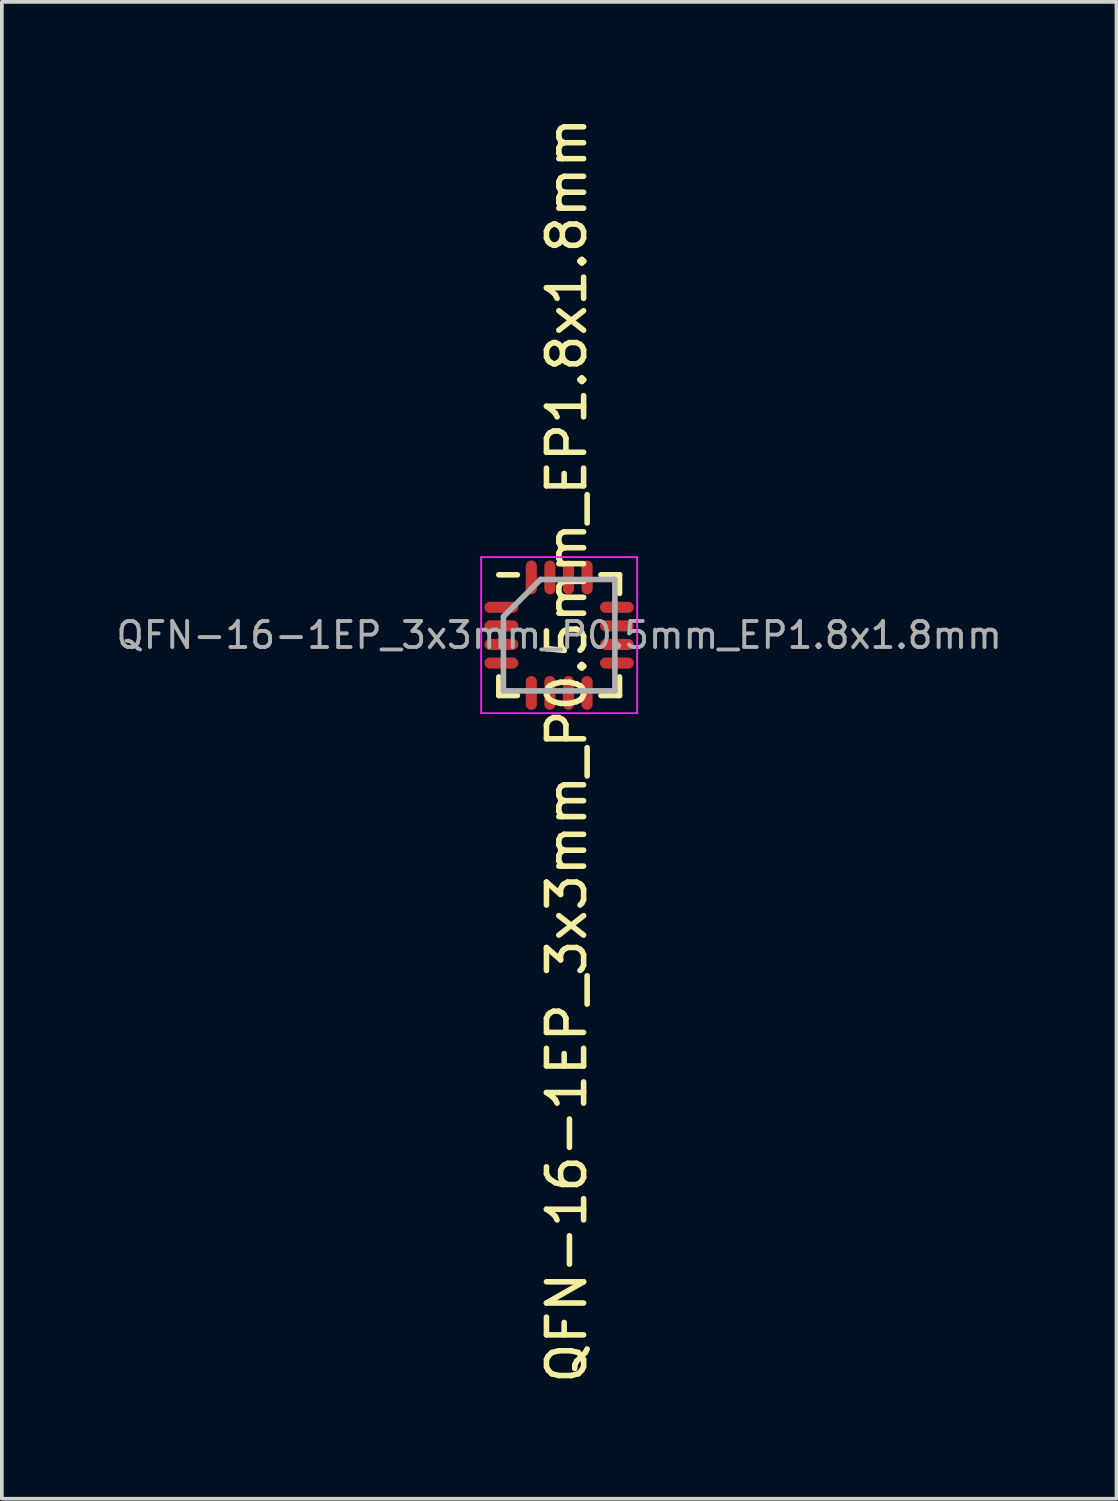
<source format=kicad_pcb>
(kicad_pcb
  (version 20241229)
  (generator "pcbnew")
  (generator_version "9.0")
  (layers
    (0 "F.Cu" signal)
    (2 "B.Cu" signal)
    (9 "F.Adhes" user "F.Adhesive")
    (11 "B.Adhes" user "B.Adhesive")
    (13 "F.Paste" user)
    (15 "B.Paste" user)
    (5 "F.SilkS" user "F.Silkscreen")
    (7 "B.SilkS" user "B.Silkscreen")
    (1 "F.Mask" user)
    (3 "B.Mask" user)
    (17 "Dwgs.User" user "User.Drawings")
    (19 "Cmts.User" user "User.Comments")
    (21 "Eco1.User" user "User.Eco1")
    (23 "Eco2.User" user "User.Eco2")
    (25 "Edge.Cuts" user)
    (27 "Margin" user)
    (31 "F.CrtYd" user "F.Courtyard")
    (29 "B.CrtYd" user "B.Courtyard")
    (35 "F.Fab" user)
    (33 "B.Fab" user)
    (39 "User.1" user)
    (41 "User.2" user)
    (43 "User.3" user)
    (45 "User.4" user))
  (footprint "QFN-16-1EP_3x3mm_P0.5mm_EP1.8x1.8mm"
    (layer "F.Cu")
    (at 12.004 14.05)
    (property "Reference" "QFN-16-1EP_3x3mm_P0.5mm_EP1.8x1.8mm" (at 0.203 3.099 270) (layer "F.SilkS") (effects (font (size 1 1) (thickness 0.15))))
    (attr smd)
    (fp_line (start -1.625 -1.625) (end -1.125 -1.625) (stroke (width 0.15) (type solid)) (layer "F.SilkS"))
    (fp_line (start -1.625 1.625) (end -1.625 1.125) (stroke (width 0.15) (type solid)) (layer "F.SilkS"))
    (fp_line (start -1.625 1.625) (end -1.125 1.625) (stroke (width 0.15) (type solid)) (layer "F.SilkS"))
    (fp_line (start 1.625 -1.625) (end 1.125 -1.625) (stroke (width 0.15) (type solid)) (layer "F.SilkS"))
    (fp_line (start 1.625 -1.625) (end 1.625 -1.125) (stroke (width 0.15) (type solid)) (layer "F.SilkS"))
    (fp_line (start 1.625 1.625) (end 1.125 1.625) (stroke (width 0.15) (type solid)) (layer "F.SilkS"))
    (fp_line (start 1.625 1.625) (end 1.625 1.125) (stroke (width 0.15) (type solid)) (layer "F.SilkS"))
    (fp_line (start -2.1 -2.1) (end -2.1 2.1) (stroke (width 0.05) (type solid)) (layer "F.CrtYd"))
    (fp_line (start -2.1 -2.1) (end 2.1 -2.1) (stroke (width 0.05) (type solid)) (layer "F.CrtYd"))
    (fp_line (start -2.1 2.1) (end 2.1 2.1) (stroke (width 0.05) (type solid)) (layer "F.CrtYd"))
    (fp_line (start 2.1 -2.1) (end 2.1 2.1) (stroke (width 0.05) (type solid)) (layer "F.CrtYd"))
    (fp_line (start -1.5 -0.5) (end -0.5 -1.5) (stroke (width 0.15) (type solid)) (layer "F.Fab"))
    (fp_line (start -1.5 1.5) (end -1.5 -0.5) (stroke (width 0.15) (type solid)) (layer "F.Fab"))
    (fp_line (start -0.5 -1.5) (end 1.5 -1.5) (stroke (width 0.15) (type solid)) (layer "F.Fab"))
    (fp_line (start 1.5 -1.5) (end 1.5 1.5) (stroke (width 0.15) (type solid)) (layer "F.Fab"))
    (fp_line (start 1.5 1.5) (end -1.5 1.5) (stroke (width 0.15) (type solid)) (layer "F.Fab"))
    (fp_text user "${REFERENCE}" (at 0 0 0) (layer "F.Fab") (effects (font (size 0.7 0.7) (thickness 0.105))))
    (pad "1" smd oval (at -1.555 -0.75) (size 0.91 0.3) (layers "F.Cu" "F.Mask" "F.Paste"))
    (pad "2" smd oval (at -1.555 -0.25) (size 0.91 0.3) (layers "F.Cu" "F.Mask" "F.Paste"))
    (pad "3" smd oval (at -1.555 0.25) (size 0.91 0.3) (layers "F.Cu" "F.Mask" "F.Paste"))
    (pad "4" smd oval (at -1.555 0.75) (size 0.91 0.3) (layers "F.Cu" "F.Mask" "F.Paste"))
    (pad "5" smd oval (at -0.75 1.555 90) (size 0.91 0.3) (layers "F.Cu" "F.Mask" "F.Paste"))
    (pad "6" smd oval (at -0.25 1.555 90) (size 0.91 0.3) (layers "F.Cu" "F.Mask" "F.Paste"))
    (pad "7" smd oval (at 0.25 1.555 90) (size 0.91 0.3) (layers "F.Cu" "F.Mask" "F.Paste"))
    (pad "8" smd oval (at 0.75 1.555 90) (size 0.91 0.3) (layers "F.Cu" "F.Mask" "F.Paste"))
    (pad "9" smd oval (at 1.555 0.75) (size 0.91 0.3) (layers "F.Cu" "F.Mask" "F.Paste"))
    (pad "10" smd oval (at 1.555 0.25) (size 0.91 0.3) (layers "F.Cu" "F.Mask" "F.Paste"))
    (pad "11" smd oval (at 1.555 -0.25) (size 0.91 0.3) (layers "F.Cu" "F.Mask" "F.Paste"))
    (pad "12" smd oval (at 1.555 -0.75) (size 0.91 0.3) (layers "F.Cu" "F.Mask" "F.Paste"))
    (pad "13" smd oval (at 0.75 -1.555 90) (size 0.91 0.3) (layers "F.Cu" "F.Mask" "F.Paste"))
    (pad "14" smd oval (at 0.25 -1.555 90) (size 0.91 0.3) (layers "F.Cu" "F.Mask" "F.Paste"))
    (pad "15" smd oval (at -0.25 -1.555 90) (size 0.91 0.3) (layers "F.Cu" "F.Mask" "F.Paste"))
    (pad "16" smd oval (at -0.75 -1.555 90) (size 0.91 0.3) (layers "F.Cu" "F.Mask" "F.Paste")))
  (gr_rect
    (start -3 -3)
    (end 27.008 37.298)
    (stroke (width 0.1) (type default))
    (fill no)
    (layer "Edge.Cuts")))
</source>
